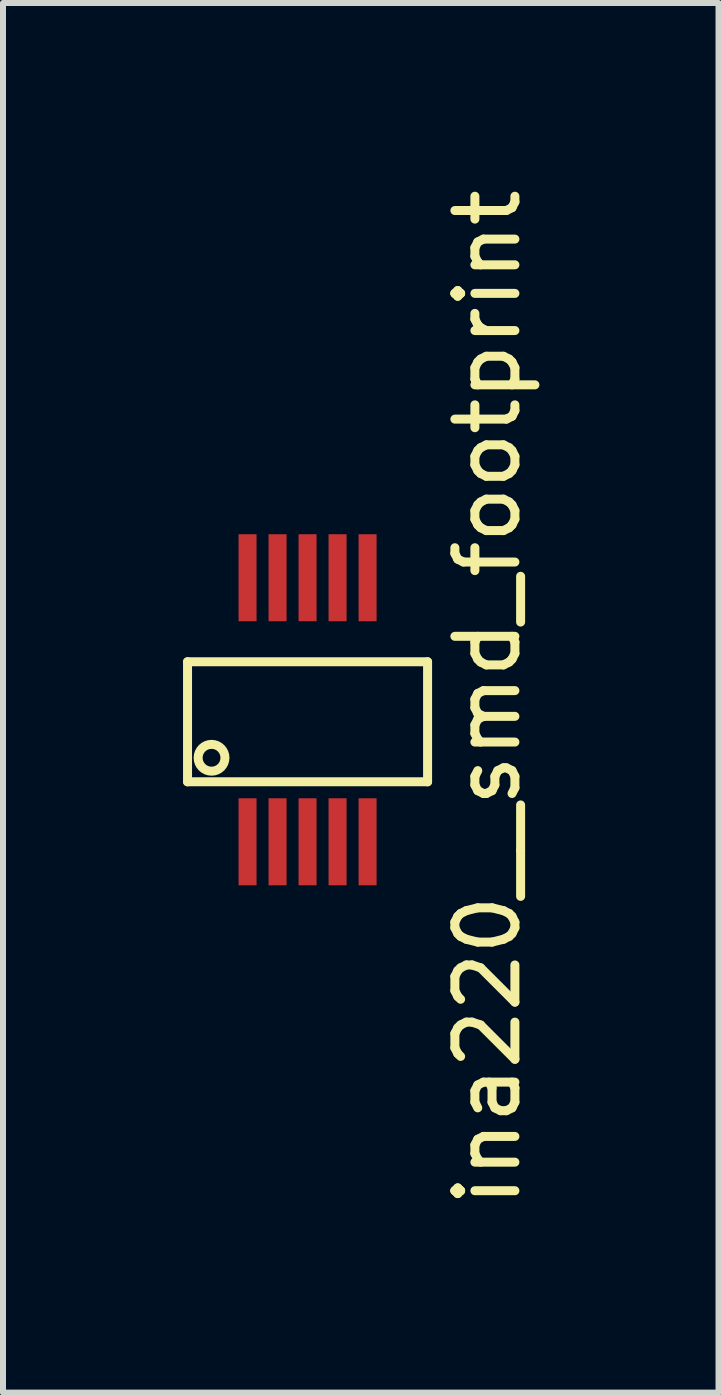
<source format=kicad_pcb>
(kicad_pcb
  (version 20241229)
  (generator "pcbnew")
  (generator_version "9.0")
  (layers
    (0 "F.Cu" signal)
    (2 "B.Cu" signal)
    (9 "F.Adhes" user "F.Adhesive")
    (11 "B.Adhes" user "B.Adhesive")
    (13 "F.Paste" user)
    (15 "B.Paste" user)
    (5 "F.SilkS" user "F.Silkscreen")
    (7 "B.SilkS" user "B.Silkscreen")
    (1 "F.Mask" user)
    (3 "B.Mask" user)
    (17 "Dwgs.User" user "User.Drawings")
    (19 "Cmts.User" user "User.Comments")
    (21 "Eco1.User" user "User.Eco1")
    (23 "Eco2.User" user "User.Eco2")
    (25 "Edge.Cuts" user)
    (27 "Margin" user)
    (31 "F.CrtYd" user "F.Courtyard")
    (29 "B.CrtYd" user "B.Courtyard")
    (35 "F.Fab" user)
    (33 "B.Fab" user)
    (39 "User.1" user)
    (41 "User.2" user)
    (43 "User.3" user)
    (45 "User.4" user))
  (footprint "ina220__smd_footprint"
    (layer "F.Cu")
    (at 1.075 10.977)
    (property "Reference" "ina220__smd_footprint" (at 4 -2.4 90) (layer "F.SilkS") (effects (font (size 1 1) (thickness 0.15))))
    (attr through_hole)
    (fp_line (start -1 -3) (end 3 -3) (stroke (width 0.15) (type solid)) (layer "F.SilkS"))
    (fp_line (start -1 -1) (end -1 -3) (stroke (width 0.15) (type solid)) (layer "F.SilkS"))
    (fp_line (start 3 -3) (end 3 -1) (stroke (width 0.15) (type solid)) (layer "F.SilkS"))
    (fp_line (start 3 -1) (end -1 -1) (stroke (width 0.15) (type solid)) (layer "F.SilkS"))
    (fp_circle (center -0.6 -1.4) (end -0.4 -1.3) (stroke (width 0.15) (type solid)) (fill no) (layer "F.SilkS"))
    (pad "1" smd rect (at 0 0) (size 0.3 1.45) (layers "F.Cu" "F.Mask" "F.Paste"))
    (pad "2" smd rect (at 0.5 0) (size 0.3 1.45) (layers "F.Cu" "F.Mask" "F.Paste"))
    (pad "3" smd rect (at 1 0) (size 0.3 1.45) (layers "F.Cu" "F.Mask" "F.Paste"))
    (pad "4" smd rect (at 1.5 0) (size 0.3 1.45) (layers "F.Cu" "F.Mask" "F.Paste"))
    (pad "5" smd rect (at 2 0) (size 0.3 1.45) (layers "F.Cu" "F.Mask" "F.Paste"))
    (pad "6" smd rect (at 2 -4.4) (size 0.3 1.45) (layers "F.Cu" "F.Mask" "F.Paste"))
    (pad "7" smd rect (at 1.5 -4.4) (size 0.3 1.45) (layers "F.Cu" "F.Mask" "F.Paste"))
    (pad "8" smd rect (at 1 -4.4) (size 0.3 1.45) (layers "F.Cu" "F.Mask" "F.Paste"))
    (pad "9" smd rect (at 0.5 -4.4) (size 0.3 1.45) (layers "F.Cu" "F.Mask" "F.Paste"))
    (pad "10" smd rect (at 0 -4.4) (size 0.3 1.45) (layers "F.Cu" "F.Mask" "F.Paste")))
  (gr_rect
    (start -3 -3)
    (end 8.923 20.155)
    (stroke (width 0.1) (type default))
    (fill no)
    (layer "Edge.Cuts")))
</source>
